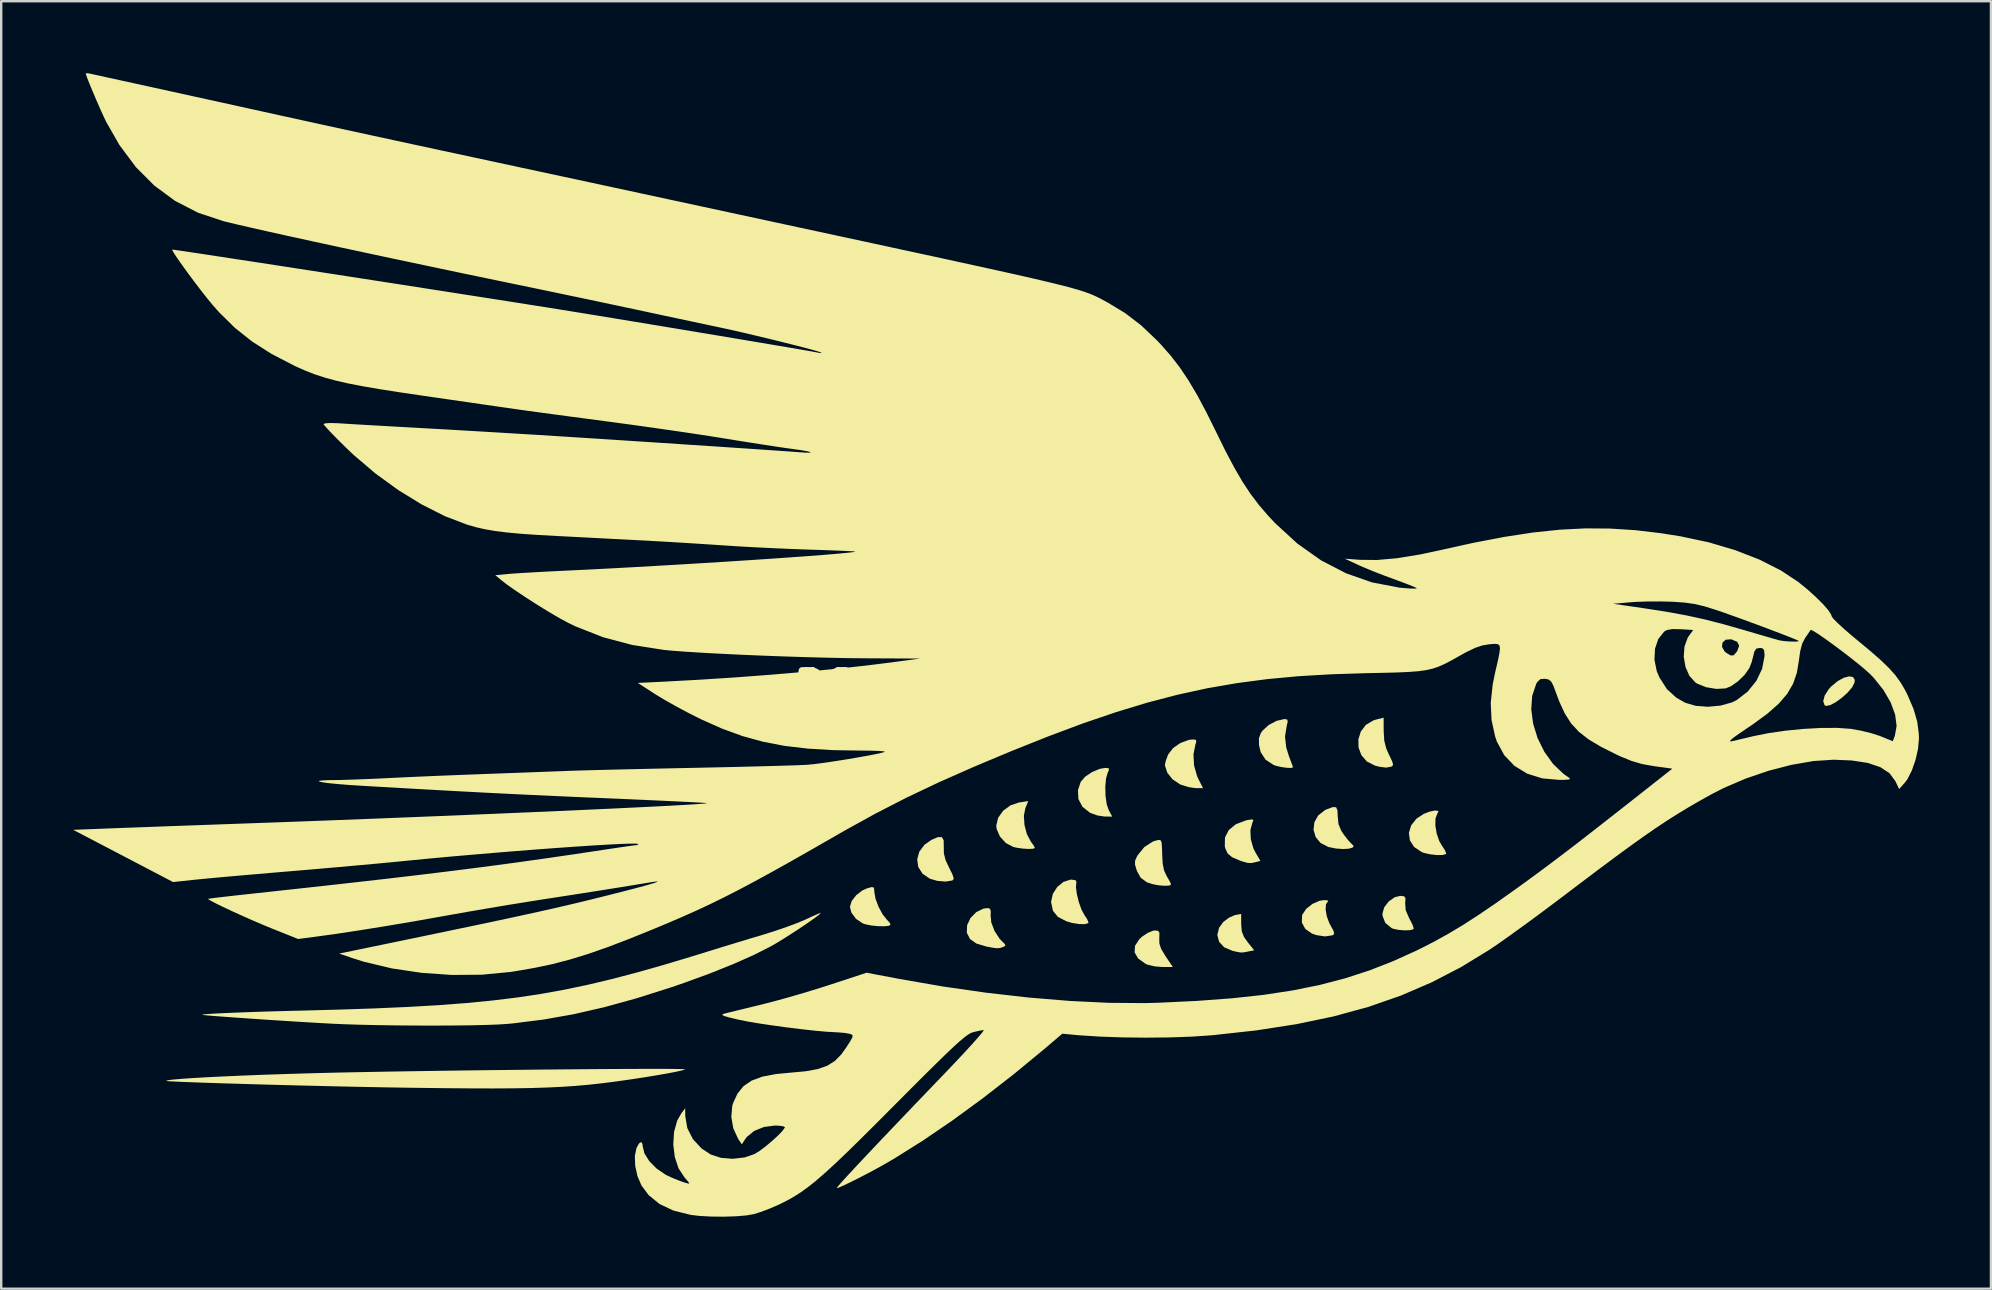
<source format=kicad_pcb>
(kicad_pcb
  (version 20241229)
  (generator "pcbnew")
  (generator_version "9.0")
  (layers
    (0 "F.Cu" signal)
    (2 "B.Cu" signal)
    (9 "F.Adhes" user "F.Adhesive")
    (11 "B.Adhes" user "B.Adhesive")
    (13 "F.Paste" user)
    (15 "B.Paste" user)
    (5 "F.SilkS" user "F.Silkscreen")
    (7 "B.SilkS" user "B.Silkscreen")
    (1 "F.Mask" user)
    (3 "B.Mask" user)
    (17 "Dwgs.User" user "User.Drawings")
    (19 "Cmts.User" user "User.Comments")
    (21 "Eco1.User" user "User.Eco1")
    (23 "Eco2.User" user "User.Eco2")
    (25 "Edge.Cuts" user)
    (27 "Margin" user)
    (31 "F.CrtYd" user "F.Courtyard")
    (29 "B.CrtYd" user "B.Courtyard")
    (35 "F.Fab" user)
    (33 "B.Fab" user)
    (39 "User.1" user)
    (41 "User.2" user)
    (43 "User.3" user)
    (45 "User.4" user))
  (footprint "peregrinelogo"
    (layer "F.Cu")
    (at 37.69 25.211)
    (property "Reference" "peregrinelogo" (at 0 0 0) (layer "F.SilkS") (effects (font (size 1.5 1.5) (thickness 0.3))))
    (attr board_only exclude_from_pos_files exclude_from_bom)
    (fp_poly (pts (xy 36.455 -0.057) (xy 36.526 0.064) (xy 36.514 0.177) (xy 36.413 0.374) (xy 36.226 0.592) (xy 35.988 0.806) (xy 35.736 0.988) (xy 35.505 1.111) (xy 35.329 1.147) (xy 35.271 1.122) (xy 35.211 0.952) (xy 35.271 0.715) (xy 35.439 0.451) (xy 35.545 0.334) (xy 35.809 0.115) (xy 36.068 -0.027) (xy 36.293 -0.086)) (stroke (width 0) (type solid)) (fill yes) (layer "F.SilkS"))
    (fp_poly (pts (xy 10.965 10.23) (xy 10.989 10.534) (xy 11.082 10.772) (xy 11.236 10.989) (xy 11.507 11.326) (xy 11.246 11.378) (xy 11.073 11.411) (xy 10.952 11.418) (xy 10.808 11.395) (xy 10.594 11.345) (xy 10.255 11.199) (xy 10.044 10.969) (xy 9.97 10.688) (xy 10.043 10.387) (xy 10.218 10.148) (xy 10.442 9.976) (xy 10.68 9.867) (xy 10.71 9.86) (xy 10.964 9.809)) (stroke (width 0) (type solid)) (fill yes) (layer "F.SilkS"))
    (fp_poly (pts (xy -1.504 6.611) (xy -1.429 6.741) (xy -1.425 7.006) (xy -1.42 7.295) (xy -1.349 7.57) (xy -1.2 7.889) (xy -1.067 8.157) (xy -1.014 8.314) (xy -1.034 8.395) (xy -1.073 8.418) (xy -1.349 8.463) (xy -1.688 8.435) (xy -2 8.345) (xy -2.311 8.135) (xy -2.488 7.855) (xy -2.532 7.539) (xy -2.445 7.219) (xy -2.227 6.928) (xy -1.944 6.729) (xy -1.669 6.611)) (stroke (width 0) (type solid)) (fill yes) (layer "F.SilkS"))
    (fp_poly (pts (xy 16.901 2.194) (xy 16.925 2.594) (xy 17.008 2.922) (xy 17.127 3.188) (xy 17.248 3.439) (xy 17.291 3.581) (xy 17.262 3.653) (xy 17.22 3.675) (xy 17.001 3.716) (xy 16.717 3.679) (xy 16.538 3.632) (xy 16.199 3.46) (xy 15.971 3.197) (xy 15.854 2.877) (xy 15.846 2.537) (xy 15.948 2.212) (xy 16.158 1.937) (xy 16.476 1.748) (xy 16.576 1.717) (xy 16.898 1.636)) (stroke (width 0) (type solid)) (fill yes) (layer "F.SilkS"))
    (fp_poly (pts (xy 5.449 3.743) (xy 5.451 3.828) (xy 5.41 3.911) (xy 5.336 4.161) (xy 5.304 4.511) (xy 5.314 4.893) (xy 5.364 5.243) (xy 5.444 5.482) (xy 5.592 5.757) (xy 5.273 5.754) (xy 4.971 5.708) (xy 4.678 5.604) (xy 4.667 5.598) (xy 4.353 5.348) (xy 4.183 5.023) (xy 4.165 4.652) (xy 4.281 4.307) (xy 4.464 4.094) (xy 4.749 3.902) (xy 5.071 3.768) (xy 5.316 3.727)) (stroke (width 0) (type solid)) (fill yes) (layer "F.SilkS"))
    (fp_poly (pts (xy 7.506 10.515) (xy 7.559 10.595) (xy 7.554 10.79) (xy 7.552 10.818) (xy 7.556 11.044) (xy 7.63 11.266) (xy 7.796 11.546) (xy 7.819 11.58) (xy 8.117 12.023) (xy 7.678 12.022) (xy 7.366 11.996) (xy 7.082 11.931) (xy 6.985 11.891) (xy 6.674 11.67) (xy 6.525 11.415) (xy 6.541 11.141) (xy 6.722 10.863) (xy 6.835 10.759) (xy 7.069 10.602) (xy 7.292 10.51) (xy 7.366 10.499)) (stroke (width 0) (type solid)) (fill yes) (layer "F.SilkS"))
    (fp_poly (pts (xy 11.474 5.905) (xy 11.432 6.007) (xy 11.349 6.314) (xy 11.364 6.689) (xy 11.47 7.071) (xy 11.555 7.243) (xy 11.765 7.601) (xy 11.576 7.652) (xy 11.393 7.691) (xy 11.237 7.686) (xy 11.032 7.63) (xy 10.9 7.584) (xy 10.587 7.448) (xy 10.401 7.294) (xy 10.303 7.082) (xy 10.282 6.987) (xy 10.29 6.625) (xy 10.45 6.314) (xy 10.746 6.072) (xy 11.165 5.914) (xy 11.242 5.898) (xy 11.423 5.872)) (stroke (width 0) (type solid)) (fill yes) (layer "F.SilkS"))
    (fp_poly (pts (xy 17.748 9.074) (xy 17.807 9.151) (xy 17.798 9.342) (xy 17.796 9.354) (xy 17.817 9.652) (xy 17.96 9.985) (xy 17.98 10.02) (xy 18.094 10.241) (xy 18.148 10.4) (xy 18.144 10.445) (xy 18.014 10.486) (xy 17.786 10.496) (xy 17.527 10.476) (xy 17.305 10.431) (xy 17.23 10.401) (xy 16.967 10.183) (xy 16.854 9.895) (xy 16.849 9.799) (xy 16.923 9.535) (xy 17.111 9.29) (xy 17.362 9.115) (xy 17.587 9.059)) (stroke (width 0) (type solid)) (fill yes) (layer "F.SilkS"))
    (fp_poly (pts (xy -4.338 8.714) (xy -4.318 8.836) (xy -4.318 8.899) (xy -4.269 9.176) (xy -4.144 9.509) (xy -3.976 9.823) (xy -3.805 10.038) (xy -3.681 10.174) (xy -3.641 10.258) (xy -3.716 10.305) (xy -3.908 10.325) (xy -4.167 10.32) (xy -4.444 10.292) (xy -4.688 10.244) (xy -4.794 10.208) (xy -5.082 10.016) (xy -5.274 9.757) (xy -5.334 9.513) (xy -5.261 9.274) (xy -5.073 9.031) (xy -4.814 8.831) (xy -4.62 8.745) (xy -4.422 8.691)) (stroke (width 0) (type solid)) (fill yes) (layer "F.SilkS"))
    (fp_poly (pts (xy 0.507 9.599) (xy 0.536 9.722) (xy 0.525 9.852) (xy 0.555 10.167) (xy 0.689 10.519) (xy 0.897 10.84) (xy 1.013 10.961) (xy 1.133 11.082) (xy 1.13 11.145) (xy 1.043 11.188) (xy 0.919 11.23) (xy 0.796 11.241) (xy 0.617 11.219) (xy 0.349 11.169) (xy -0.064 11.045) (xy -0.329 10.86) (xy -0.461 10.603) (xy -0.464 10.592) (xy -0.453 10.28) (xy -0.311 9.981) (xy -0.074 9.738) (xy 0.224 9.591) (xy 0.402 9.567)) (stroke (width 0) (type solid)) (fill yes) (layer "F.SilkS"))
    (fp_poly (pts (xy 1.975 5.399) (xy 1.912 5.719) (xy 1.937 6.106) (xy 2.038 6.489) (xy 2.203 6.799) (xy 2.206 6.803) (xy 2.321 6.963) (xy 2.371 7.061) (xy 2.371 7.062) (xy 2.296 7.096) (xy 2.108 7.104) (xy 1.86 7.089) (xy 1.606 7.052) (xy 1.468 7.019) (xy 1.161 6.856) (xy 0.917 6.591) (xy 0.779 6.276) (xy 0.762 6.131) (xy 0.841 5.804) (xy 1.051 5.51) (xy 1.358 5.285) (xy 1.709 5.169) (xy 2.095 5.11)) (stroke (width 0) (type solid)) (fill yes) (layer "F.SilkS"))
    (fp_poly (pts (xy 9.08 2.56) (xy 9.093 2.65) (xy 9.057 2.757) (xy 8.977 3.164) (xy 9.002 3.626) (xy 9.127 4.071) (xy 9.175 4.177) (xy 9.375 4.572) (xy 9.069 4.57) (xy 8.794 4.532) (xy 8.487 4.44) (xy 8.409 4.407) (xy 8.107 4.205) (xy 7.888 3.931) (xy 7.791 3.636) (xy 7.789 3.594) (xy 7.824 3.429) (xy 7.91 3.201) (xy 7.931 3.156) (xy 8.13 2.901) (xy 8.433 2.69) (xy 8.776 2.563) (xy 8.951 2.542)) (stroke (width 0) (type solid)) (fill yes) (layer "F.SilkS"))
    (fp_poly (pts (xy 14.576 9.251) (xy 14.593 9.28) (xy 14.584 9.285) (xy 14.498 9.402) (xy 14.482 9.624) (xy 14.529 9.904) (xy 14.636 10.195) (xy 14.688 10.292) (xy 14.808 10.511) (xy 14.84 10.63) (xy 14.793 10.69) (xy 14.766 10.702) (xy 14.454 10.748) (xy 14.086 10.691) (xy 13.907 10.626) (xy 13.635 10.435) (xy 13.493 10.172) (xy 13.501 9.875) (xy 13.511 9.842) (xy 13.671 9.6) (xy 13.935 9.392) (xy 14.239 9.26) (xy 14.427 9.235)) (stroke (width 0) (type solid)) (fill yes) (layer "F.SilkS"))
    (fp_poly (pts (xy 12.883 1.713) (xy 12.903 1.804) (xy 12.863 1.968) (xy 12.79 2.422) (xy 12.842 2.883) (xy 12.954 3.238) (xy 13.046 3.484) (xy 13.108 3.654) (xy 13.123 3.704) (xy 13.051 3.73) (xy 12.872 3.724) (xy 12.644 3.693) (xy 12.426 3.644) (xy 12.319 3.607) (xy 11.977 3.383) (xy 11.775 3.068) (xy 11.708 2.776) (xy 11.703 2.494) (xy 11.782 2.28) (xy 11.859 2.17) (xy 12.115 1.939) (xy 12.44 1.767) (xy 12.756 1.694) (xy 12.776 1.693)) (stroke (width 0) (type solid)) (fill yes) (layer "F.SilkS"))
    (fp_poly (pts (xy 14.919 5.367) (xy 14.975 5.496) (xy 14.986 5.745) (xy 15.019 6.075) (xy 15.139 6.357) (xy 15.234 6.498) (xy 15.396 6.709) (xy 15.529 6.859) (xy 15.573 6.897) (xy 15.654 6.986) (xy 15.597 7.053) (xy 15.434 7.095) (xy 15.197 7.107) (xy 14.916 7.086) (xy 14.623 7.028) (xy 14.589 7.019) (xy 14.268 6.853) (xy 14.064 6.602) (xy 13.979 6.303) (xy 14.015 5.992) (xy 14.172 5.708) (xy 14.454 5.487) (xy 14.529 5.452) (xy 14.782 5.36)) (stroke (width 0) (type solid)) (fill yes) (layer "F.SilkS"))
    (fp_poly (pts (xy 4.065 8.405) (xy 4.104 8.481) (xy 4.098 8.501) (xy 4.081 8.7) (xy 4.121 8.994) (xy 4.203 9.325) (xy 4.314 9.633) (xy 4.437 9.861) (xy 4.441 9.866) (xy 4.559 10.048) (xy 4.603 10.172) (xy 4.597 10.192) (xy 4.454 10.237) (xy 4.207 10.232) (xy 3.909 10.183) (xy 3.683 10.117) (xy 3.329 9.934) (xy 3.122 9.679) (xy 3.049 9.334) (xy 3.048 9.295) (xy 3.118 8.976) (xy 3.303 8.688) (xy 3.561 8.476) (xy 3.852 8.383) (xy 3.884 8.382)) (stroke (width 0) (type solid)) (fill yes) (layer "F.SilkS"))
    (fp_poly (pts (xy 19.18 5.521) (xy 19.162 5.596) (xy 19.135 5.63) (xy 19.059 5.832) (xy 19.053 6.128) (xy 19.108 6.461) (xy 19.216 6.776) (xy 19.328 6.968) (xy 19.452 7.157) (xy 19.504 7.288) (xy 19.498 7.313) (xy 19.364 7.355) (xy 19.127 7.359) (xy 18.848 7.329) (xy 18.587 7.271) (xy 18.485 7.234) (xy 18.17 7.023) (xy 17.993 6.747) (xy 17.951 6.437) (xy 18.043 6.125) (xy 18.267 5.842) (xy 18.574 5.641) (xy 18.818 5.548) (xy 19.032 5.504) (xy 19.052 5.503)) (stroke (width 0) (type solid)) (fill yes) (layer "F.SilkS"))
    (fp_poly (pts (xy 7.623 6.756) (xy 7.655 6.866) (xy 7.668 7.09) (xy 7.673 7.321) (xy 7.694 7.716) (xy 7.752 7.999) (xy 7.857 8.227) (xy 7.863 8.237) (xy 7.977 8.433) (xy 8.039 8.565) (xy 8.043 8.582) (xy 7.97 8.629) (xy 7.783 8.639) (xy 7.535 8.619) (xy 7.276 8.571) (xy 7.058 8.502) (xy 7.027 8.488) (xy 6.779 8.304) (xy 6.621 8.021) (xy 6.611 7.991) (xy 6.542 7.756) (xy 6.545 7.591) (xy 6.627 7.41) (xy 6.653 7.365) (xy 6.932 7.023) (xy 7.283 6.797) (xy 7.451 6.743) (xy 7.559 6.726)) (stroke (width 0) (type solid)) (fill yes) (layer "F.SilkS"))
    (fp_poly (pts (xy -12.816 16.267) (xy -12.463 16.272) (xy -12.253 16.278) (xy -12.198 16.286) (xy -12.302 16.323) (xy -12.547 16.379) (xy -12.907 16.449) (xy -13.355 16.528) (xy -13.865 16.612) (xy -14.411 16.696) (xy -14.966 16.775) (xy -15.155 16.801) (xy -15.701 16.87) (xy -16.237 16.928) (xy -16.781 16.976) (xy -17.35 17.014) (xy -17.962 17.043) (xy -18.633 17.064) (xy -19.382 17.076) (xy -20.225 17.081) (xy -21.179 17.078) (xy -22.262 17.069) (xy -23.491 17.054) (xy -23.961 17.047) (xy -24.689 17.035) (xy -25.479 17.02) (xy -26.314 17.003) (xy -27.177 16.983) (xy -28.051 16.962) (xy -28.921 16.94) (xy -29.77 16.917) (xy -30.581 16.894) (xy -31.339 16.871) (xy -32.025 16.849) (xy -32.625 16.828) (xy -33.121 16.809) (xy -33.497 16.792) (xy -33.736 16.778) (xy -33.823 16.766) (xy -33.755 16.741) (xy -33.534 16.712) (xy -33.172 16.68) (xy -32.686 16.647) (xy -32.09 16.613) (xy -31.399 16.579) (xy -30.627 16.545) (xy -29.79 16.512) (xy -28.903 16.482) (xy -27.979 16.454) (xy -27.035 16.429) (xy -26.827 16.424) (xy -26.038 16.407) (xy -25.174 16.391) (xy -24.248 16.374) (xy -23.274 16.359) (xy -22.265 16.344) (xy -21.236 16.33) (xy -20.199 16.317) (xy -19.17 16.306) (xy -18.16 16.295) (xy -17.185 16.286) (xy -16.258 16.278) (xy -15.392 16.272) (xy -14.601 16.268) (xy -13.899 16.266) (xy -13.299 16.265)) (stroke (width 0) (type solid)) (fill yes) (layer "F.SilkS"))
    (fp_poly (pts (xy -6.597 9.824) (xy -6.763 9.953) (xy -7.017 10.133) (xy -7.329 10.346) (xy -7.671 10.572) (xy -8.016 10.793) (xy -8.335 10.991) (xy -8.599 11.144) (xy -8.616 11.154) (xy -9.334 11.518) (xy -10.194 11.9) (xy -11.171 12.292) (xy -12.241 12.683) (xy -12.777 12.867) (xy -14.222 13.325) (xy -15.564 13.696) (xy -16.84 13.988) (xy -18.086 14.209) (xy -19.339 14.367) (xy -19.6 14.392) (xy -19.98 14.417) (xy -20.501 14.436) (xy -21.136 14.451) (xy -21.859 14.459) (xy -22.642 14.463) (xy -23.457 14.461) (xy -24.278 14.454) (xy -25.077 14.442) (xy -25.826 14.425) (xy -26.498 14.402) (xy -26.839 14.387) (xy -27.318 14.361) (xy -27.87 14.329) (xy -28.47 14.293) (xy -29.097 14.253) (xy -29.727 14.212) (xy -30.338 14.17) (xy -30.907 14.13) (xy -31.41 14.094) (xy -31.825 14.062) (xy -32.129 14.036) (xy -32.299 14.018) (xy -32.327 14.012) (xy -32.26 13.997) (xy -32.042 13.978) (xy -31.69 13.957) (xy -31.221 13.935) (xy -30.655 13.912) (xy -30.007 13.889) (xy -29.296 13.867) (xy -28.54 13.847) (xy -28.279 13.841) (xy -26.621 13.797) (xy -25.115 13.746) (xy -23.74 13.685) (xy -22.479 13.612) (xy -21.312 13.524) (xy -20.221 13.417) (xy -19.187 13.291) (xy -18.192 13.141) (xy -17.217 12.965) (xy -16.243 12.76) (xy -15.251 12.524) (xy -14.223 12.254) (xy -13.141 11.948) (xy -11.985 11.602) (xy -11.303 11.391) (xy -10.74 11.217) (xy -10.1 11.021) (xy -9.465 10.829) (xy -8.947 10.674) (xy -8.462 10.522) (xy -7.975 10.355) (xy -7.538 10.193) (xy -7.205 10.054) (xy -7.171 10.038) (xy -6.885 9.905) (xy -6.667 9.809) (xy -6.554 9.767) (xy -6.546 9.767)) (stroke (width 0) (type solid)) (fill yes) (layer "F.SilkS"))
    (fp_poly (pts (xy -36.978 -25.191) (xy -36.85 -25.162) (xy -36.578 -25.103) (xy -36.185 -25.016) (xy -35.694 -24.909) (xy -35.126 -24.784) (xy -34.504 -24.648) (xy -34.29 -24.601) (xy -33.552 -24.439) (xy -32.696 -24.251) (xy -31.77 -24.048) (xy -30.821 -23.839) (xy -29.895 -23.635) (xy -29.042 -23.447) (xy -28.871 -23.41) (xy -28.132 -23.247) (xy -27.265 -23.057) (xy -26.306 -22.848) (xy -25.293 -22.628) (xy -24.263 -22.405) (xy -23.254 -22.187) (xy -22.302 -21.982) (xy -22.056 -21.929) (xy -21.066 -21.717) (xy -20.105 -21.51) (xy -19.156 -21.306) (xy -18.203 -21.101) (xy -17.229 -20.892) (xy -16.215 -20.674) (xy -15.147 -20.444) (xy -14.006 -20.198) (xy -12.776 -19.933) (xy -11.439 -19.645) (xy -9.979 -19.33) (xy -8.379 -18.985) (xy -7.535 -18.803) (xy -5.904 -18.452) (xy -4.43 -18.134) (xy -3.104 -17.847) (xy -1.917 -17.591) (xy -0.861 -17.361) (xy 0.072 -17.157) (xy 0.893 -16.976) (xy 1.608 -16.817) (xy 2.228 -16.676) (xy 2.76 -16.552) (xy 3.213 -16.443) (xy 3.596 -16.347) (xy 3.918 -16.261) (xy 4.187 -16.184) (xy 4.412 -16.113) (xy 4.602 -16.046) (xy 4.765 -15.981) (xy 4.91 -15.916) (xy 5.046 -15.85) (xy 5.181 -15.779) (xy 5.324 -15.701) (xy 5.404 -15.658) (xy 6.133 -15.217) (xy 6.804 -14.702) (xy 7.465 -14.073) (xy 7.608 -13.923) (xy 8.021 -13.454) (xy 8.402 -12.962) (xy 8.768 -12.417) (xy 9.137 -11.794) (xy 9.526 -11.064) (xy 9.916 -10.275) (xy 10.318 -9.46) (xy 10.68 -8.776) (xy 11.019 -8.194) (xy 11.355 -7.686) (xy 11.705 -7.223) (xy 12.088 -6.778) (xy 12.383 -6.463) (xy 13.311 -5.613) (xy 14.295 -4.917) (xy 15.332 -4.379) (xy 16.415 -4) (xy 17.541 -3.784) (xy 17.695 -3.768) (xy 17.99 -3.745) (xy 18.198 -3.74) (xy 18.282 -3.753) (xy 18.281 -3.758) (xy 18.186 -3.806) (xy 17.965 -3.896) (xy 17.651 -4.016) (xy 17.307 -4.142) (xy 16.868 -4.305) (xy 16.423 -4.48) (xy 16.033 -4.642) (xy 15.833 -4.731) (xy 15.282 -4.988) (xy 15.917 -4.94) (xy 16.625 -4.933) (xy 17.467 -5.008) (xy 18.428 -5.165) (xy 19.219 -5.334) (xy 20.643 -5.649) (xy 21.937 -5.897) (xy 23.129 -6.079) (xy 24.244 -6.196) (xy 25.308 -6.25) (xy 26.346 -6.242) (xy 27.386 -6.175) (xy 28.452 -6.049) (xy 29.26 -5.921) (xy 30.436 -5.671) (xy 31.543 -5.344) (xy 32.556 -4.949) (xy 33.451 -4.495) (xy 34.173 -4.017) (xy 34.543 -3.717) (xy 34.889 -3.406) (xy 35.187 -3.111) (xy 35.412 -2.854) (xy 35.54 -2.662) (xy 35.56 -2.592) (xy 35.623 -2.499) (xy 35.796 -2.322) (xy 36.058 -2.08) (xy 36.387 -1.795) (xy 36.639 -1.585) (xy 37.188 -1.13) (xy 37.621 -0.75) (xy 37.959 -0.422) (xy 38.223 -0.125) (xy 38.434 0.167) (xy 38.615 0.475) (xy 38.722 0.687) (xy 38.975 1.277) (xy 39.127 1.8) (xy 39.193 2.312) (xy 39.199 2.51) (xy 39.161 2.933) (xy 39.056 3.394) (xy 38.903 3.834) (xy 38.72 4.196) (xy 38.613 4.34) (xy 38.373 4.609) (xy 38.215 4.277) (xy 37.974 3.95) (xy 37.593 3.698) (xy 37.071 3.521) (xy 36.402 3.418) (xy 35.636 3.387) (xy 34.806 3.442) (xy 33.893 3.599) (xy 32.937 3.847) (xy 31.98 4.173) (xy 31.063 4.566) (xy 30.522 4.844) (xy 30.034 5.118) (xy 29.576 5.383) (xy 29.133 5.652) (xy 28.687 5.935) (xy 28.221 6.245) (xy 27.718 6.593) (xy 27.161 6.991) (xy 26.534 7.451) (xy 25.819 7.984) (xy 24.999 8.602) (xy 24.384 9.069) (xy 23.809 9.501) (xy 23.225 9.936) (xy 22.659 10.35) (xy 22.139 10.725) (xy 21.693 11.04) (xy 21.351 11.274) (xy 21.32 11.295) (xy 20.125 12.025) (xy 18.894 12.663) (xy 17.612 13.215) (xy 16.259 13.685) (xy 14.818 14.079) (xy 13.27 14.403) (xy 11.598 14.662) (xy 9.784 14.862) (xy 9.737 14.866) (xy 8.919 14.922) (xy 7.987 14.955) (xy 6.995 14.965) (xy 5.997 14.954) (xy 5.046 14.92) (xy 4.196 14.864) (xy 4.064 14.852) (xy 3.514 14.8) (xy 2.794 15.412) (xy 1.505 16.476) (xy 0.21 17.483) (xy -1.066 18.416) (xy -2.299 19.256) (xy -3.462 19.986) (xy -3.852 20.214) (xy -4.203 20.41) (xy -4.583 20.614) (xy -4.963 20.811) (xy -5.313 20.986) (xy -5.604 21.126) (xy -5.806 21.213) (xy -5.887 21.234) (xy -5.838 21.165) (xy -5.677 20.98) (xy -5.409 20.686) (xy -5.038 20.287) (xy -4.571 19.79) (xy -4.013 19.2) (xy -3.369 18.524) (xy -2.646 17.767) (xy -1.847 16.934) (xy -1.419 16.489) (xy -0.982 16.03) (xy -0.591 15.614) (xy -0.26 15.253) (xy -0.002 14.964) (xy 0.17 14.76) (xy 0.242 14.658) (xy 0.24 14.648) (xy 0.09 14.669) (xy -0.142 14.722) (xy -0.212 14.74) (xy -0.305 14.776) (xy -0.422 14.846) (xy -0.573 14.958) (xy -0.769 15.122) (xy -1.019 15.349) (xy -1.335 15.648) (xy -1.726 16.029) (xy -2.203 16.5) (xy -2.777 17.073) (xy -3.458 17.757) (xy -3.514 17.813) (xy -4.271 18.573) (xy -4.924 19.222) (xy -5.486 19.771) (xy -5.969 20.231) (xy -6.387 20.613) (xy -6.752 20.929) (xy -7.078 21.189) (xy -7.378 21.405) (xy -7.664 21.588) (xy -7.949 21.748) (xy -8.247 21.897) (xy -8.335 21.939) (xy -8.694 22.093) (xy -9.069 22.233) (xy -9.333 22.316) (xy -9.653 22.371) (xy -10.09 22.407) (xy -10.594 22.423) (xy -11.112 22.418) (xy -11.595 22.392) (xy -11.966 22.348) (xy -12.682 22.17) (xy -13.264 21.896) (xy -13.722 21.522) (xy -14.018 21.122) (xy -14.183 20.74) (xy -14.278 20.31) (xy -14.294 19.895) (xy -14.225 19.561) (xy -14.118 19.367) (xy -14.028 19.311) (xy -13.975 19.399) (xy -13.97 19.478) (xy -13.895 19.785) (xy -13.691 20.111) (xy -13.387 20.419) (xy -13.014 20.673) (xy -12.966 20.698) (xy -12.729 20.808) (xy -12.47 20.913) (xy -12.236 20.997) (xy -12.072 21.043) (xy -12.023 21.04) (xy -12.074 20.962) (xy -12.201 20.814) (xy -12.228 20.784) (xy -12.475 20.406) (xy -12.631 19.932) (xy -12.693 19.411) (xy -12.66 18.89) (xy -12.529 18.419) (xy -12.355 18.114) (xy -12.196 17.907) (xy -12.194 18.227) (xy -12.11 18.73) (xy -11.875 19.192) (xy -11.51 19.586) (xy -11.134 19.832) (xy -10.709 19.971) (xy -10.214 20.012) (xy -9.716 19.954) (xy -9.313 19.816) (xy -9.105 19.688) (xy -8.85 19.497) (xy -8.582 19.274) (xy -8.336 19.049) (xy -8.147 18.854) (xy -8.05 18.718) (xy -8.043 18.693) (xy -8.12 18.655) (xy -8.315 18.631) (xy -8.47 18.627) (xy -8.921 18.687) (xy -9.323 18.851) (xy -9.627 19.099) (xy -9.69 19.182) (xy -9.839 19.409) (xy -9.998 19.167) (xy -10.193 18.741) (xy -10.275 18.267) (xy -10.236 17.81) (xy -10.201 17.693) (xy -10.018 17.295) (xy -9.768 16.986) (xy -9.431 16.755) (xy -8.986 16.59) (xy -8.414 16.481) (xy -7.816 16.424) (xy -7.178 16.366) (xy -6.677 16.274) (xy -6.284 16.137) (xy -5.968 15.94) (xy -5.699 15.669) (xy -5.49 15.378) (xy -5.319 15.111) (xy -5.233 14.952) (xy -5.222 14.868) (xy -5.279 14.826) (xy -5.35 14.804) (xy -5.558 14.768) (xy -5.838 14.744) (xy -5.927 14.74) (xy -6.291 14.72) (xy -6.781 14.676) (xy -7.354 14.613) (xy -7.968 14.537) (xy -8.582 14.453) (xy -9.155 14.367) (xy -9.643 14.284) (xy -9.991 14.213) (xy -10.352 14.126) (xy -10.566 14.065) (xy -10.652 14.021) (xy -10.63 13.987) (xy -10.541 13.958) (xy -10.371 13.916) (xy -10.072 13.842) (xy -9.68 13.747) (xy -9.233 13.638) (xy -9.017 13.586) (xy -8.495 13.452) (xy -7.872 13.28) (xy -7.208 13.086) (xy -6.564 12.889) (xy -6.194 12.77) (xy -4.64 12.261) (xy -3.273 12.519) (xy -1.456 12.835) (xy 0.35 13.094) (xy 2.121 13.295) (xy 3.828 13.436) (xy 5.445 13.514) (xy 6.946 13.526) (xy 7.535 13.51) (xy 9.128 13.434) (xy 10.574 13.326) (xy 11.894 13.183) (xy 13.107 12.998) (xy 14.234 12.77) (xy 15.296 12.493) (xy 16.311 12.163) (xy 17.302 11.776) (xy 18.287 11.328) (xy 18.415 11.265) (xy 19.01 10.961) (xy 19.592 10.639) (xy 20.185 10.284) (xy 20.817 9.877) (xy 21.515 9.404) (xy 22.304 8.845) (xy 22.691 8.567) (xy 23.106 8.264) (xy 23.507 7.969) (xy 23.912 7.666) (xy 24.337 7.345) (xy 24.798 6.993) (xy 25.312 6.596) (xy 25.895 6.142) (xy 26.564 5.618) (xy 27.335 5.012) (xy 28.061 4.44) (xy 28.926 3.759) (xy 28.162 3.655) (xy 27.67 3.568) (xy 27.226 3.438) (xy 26.747 3.241) (xy 26.617 3.181) (xy 25.959 2.851) (xy 25.563 2.615) (xy 31.329 2.615) (xy 31.362 2.625) (xy 31.453 2.606) (xy 31.674 2.555) (xy 31.987 2.481) (xy 32.272 2.412) (xy 32.915 2.282) (xy 33.636 2.178) (xy 34.386 2.104) (xy 35.119 2.063) (xy 35.785 2.061) (xy 36.337 2.099) (xy 36.35 2.1) (xy 36.767 2.173) (xy 37.199 2.278) (xy 37.558 2.393) (xy 37.587 2.404) (xy 38.108 2.616) (xy 38.196 2.387) (xy 38.268 1.978) (xy 38.206 1.507) (xy 38.02 0.999) (xy 37.719 0.48) (xy 37.316 -0.024) (xy 37.175 -0.17) (xy 36.974 -0.353) (xy 36.695 -0.586) (xy 36.365 -0.849) (xy 36.009 -1.123) (xy 35.65 -1.391) (xy 35.315 -1.634) (xy 35.028 -1.832) (xy 34.814 -1.968) (xy 34.699 -2.023) (xy 34.686 -2.02) (xy 34.632 -1.938) (xy 34.516 -1.77) (xy 34.468 -1.702) (xy 34.337 -1.454) (xy 34.25 -1.125) (xy 34.2 -0.76) (xy 34.114 -0.24) (xy 33.956 0.221) (xy 33.709 0.644) (xy 33.357 1.054) (xy 32.883 1.471) (xy 32.271 1.919) (xy 32.11 2.027) (xy 31.736 2.28) (xy 31.491 2.454) (xy 31.36 2.562) (xy 31.329 2.615) (xy 25.563 2.615) (xy 25.439 2.541) (xy 25.031 2.223) (xy 24.708 1.873) (xy 24.446 1.463) (xy 24.218 0.968) (xy 24.078 0.593) (xy 23.968 0.298) (xy 23.877 0.129) (xy 23.777 0.048) (xy 23.638 0.017) (xy 23.631 0.016) (xy 23.429 0.029) (xy 23.298 0.151) (xy 23.254 0.229) (xy 23.087 0.726) (xy 23.048 1.289) (xy 23.126 1.885) (xy 23.311 2.484) (xy 23.592 3.054) (xy 23.957 3.563) (xy 24.396 3.981) (xy 24.601 4.123) (xy 24.666 4.177) (xy 24.623 4.209) (xy 24.45 4.224) (xy 24.228 4.228) (xy 23.511 4.165) (xy 22.88 3.968) (xy 22.347 3.642) (xy 21.923 3.197) (xy 21.619 2.639) (xy 21.544 2.42) (xy 21.394 1.732) (xy 21.36 1.022) (xy 21.442 0.251) (xy 21.539 -0.227) (xy 21.65 -0.704) (xy 21.666 -0.779) (xy 28.18 -0.779) (xy 28.275 -0.307) (xy 28.387 -0.04) (xy 28.699 0.445) (xy 29.092 0.804) (xy 29.464 1.014) (xy 29.899 1.143) (xy 30.41 1.181) (xy 30.935 1.132) (xy 31.408 1) (xy 31.603 0.905) (xy 32.061 0.553) (xy 32.423 0.106) (xy 32.665 -0.398) (xy 32.765 -0.923) (xy 32.766 -0.989) (xy 32.748 -1.183) (xy 32.668 -1.26) (xy 32.564 -1.27) (xy 32.421 -1.239) (xy 32.341 -1.116) (xy 32.302 -0.955) (xy 32.231 -0.68) (xy 32.137 -0.439) (xy 32.131 -0.426) (xy 31.931 -0.143) (xy 31.656 0.124) (xy 31.363 0.328) (xy 31.144 0.416) (xy 30.753 0.437) (xy 30.332 0.366) (xy 29.965 0.219) (xy 29.888 0.17) (xy 29.637 -0.104) (xy 29.473 -0.478) (xy 29.401 -0.901) (xy 29.429 -1.315) (xy 30.995 -1.315) (xy 31.1 -1.127) (xy 31.176 -1.063) (xy 31.363 -0.953) (xy 31.486 -0.966) (xy 31.61 -1.112) (xy 31.631 -1.143) (xy 31.709 -1.361) (xy 31.629 -1.524) (xy 31.394 -1.624) (xy 31.371 -1.629) (xy 31.146 -1.613) (xy 31.015 -1.492) (xy 30.995 -1.315) (xy 29.429 -1.315) (xy 29.43 -1.323) (xy 29.565 -1.695) (xy 29.621 -1.779) (xy 29.797 -2.017) (xy 29.271 -2.05) (xy 28.924 -2.055) (xy 28.7 -2.016) (xy 28.587 -1.952) (xy 28.34 -1.641) (xy 28.203 -1.237) (xy 28.18 -0.779) (xy 21.666 -0.779) (xy 21.72 -1.039) (xy 21.746 -1.256) (xy 21.722 -1.379) (xy 21.643 -1.432) (xy 21.506 -1.439) (xy 21.304 -1.423) (xy 21.303 -1.422) (xy 21.018 -1.376) (xy 20.715 -1.274) (xy 20.35 -1.099) (xy 20.097 -0.96) (xy 19.759 -0.77) (xy 19.473 -0.618) (xy 19.213 -0.5) (xy 18.955 -0.411) (xy 18.673 -0.346) (xy 18.343 -0.3) (xy 17.939 -0.269) (xy 17.438 -0.247) (xy 16.812 -0.231) (xy 16.171 -0.218) (xy 14.722 -0.172) (xy 13.356 -0.092) (xy 12.053 0.029) (xy 10.792 0.195) (xy 9.552 0.41) (xy 8.312 0.68) (xy 7.052 1.01) (xy 5.75 1.405) (xy 4.387 1.869) (xy 2.941 2.409) (xy 1.391 3.028) (xy -0.169 3.682) (xy -1.627 4.326) (xy -2.977 4.967) (xy -4.276 5.634) (xy -5.581 6.355) (xy -5.814 6.489) (xy -6.854 7.086) (xy -7.769 7.607) (xy -8.58 8.06) (xy -9.306 8.457) (xy -9.967 8.808) (xy -10.584 9.123) (xy -11.177 9.413) (xy -11.766 9.687) (xy -12.371 9.956) (xy -13.013 10.231) (xy -13.547 10.454) (xy -14.559 10.863) (xy -15.453 11.204) (xy -16.259 11.484) (xy -17.009 11.714) (xy -17.733 11.902) (xy -18.463 12.057) (xy -19.23 12.19) (xy -19.484 12.229) (xy -20.667 12.343) (xy -21.915 12.353) (xy -23.179 12.265) (xy -24.413 12.081) (xy -25.569 11.806) (xy -26.026 11.662) (xy -26.61 11.463) (xy -24.502 11.027) (xy -23.238 10.765) (xy -22.123 10.533) (xy -21.143 10.329) (xy -20.282 10.147) (xy -19.523 9.986) (xy -18.85 9.84) (xy -18.249 9.708) (xy -17.703 9.585) (xy -17.195 9.468) (xy -16.712 9.354) (xy -16.235 9.239) (xy -15.751 9.119) (xy -15.621 9.087) (xy -14.859 8.894) (xy -14.248 8.736) (xy -13.792 8.613) (xy -13.491 8.525) (xy -13.349 8.473) (xy -13.368 8.458) (xy -13.548 8.48) (xy -13.589 8.486) (xy -13.768 8.515) (xy -14.073 8.565) (xy -14.462 8.629) (xy -14.896 8.699) (xy -14.944 8.707) (xy -15.362 8.774) (xy -15.905 8.86) (xy -16.528 8.958) (xy -17.189 9.061) (xy -17.843 9.162) (xy -18.034 9.191) (xy -18.745 9.303) (xy -19.559 9.435) (xy -20.415 9.578) (xy -21.249 9.721) (xy -21.999 9.854) (xy -22.098 9.872) (xy -23.382 10.1) (xy -24.603 10.307) (xy -25.735 10.49) (xy -26.752 10.644) (xy -27.559 10.755) (xy -28.321 10.855) (xy -29.379 10.432) (xy -29.774 10.27) (xy -30.205 10.085) (xy -30.645 9.89) (xy -31.069 9.697) (xy -31.45 9.518) (xy -31.761 9.366) (xy -31.976 9.252) (xy -32.069 9.19) (xy -32.069 9.183) (xy -31.982 9.168) (xy -31.752 9.138) (xy -31.405 9.097) (xy -30.966 9.047) (xy -30.461 8.991) (xy -30.353 8.98) (xy -28.672 8.797) (xy -27.14 8.629) (xy -25.74 8.472) (xy -24.453 8.325) (xy -23.259 8.184) (xy -22.142 8.048) (xy -21.081 7.914) (xy -20.059 7.781) (xy -19.056 7.645) (xy -18.055 7.504) (xy -17.036 7.356) (xy -15.981 7.199) (xy -15.423 7.114) (xy -15 7.051) (xy -14.635 6.998) (xy -14.362 6.961) (xy -14.215 6.943) (xy -14.202 6.943) (xy -14.148 6.911) (xy -14.158 6.895) (xy -14.261 6.882) (xy -14.517 6.883) (xy -14.91 6.897) (xy -15.424 6.923) (xy -16.044 6.96) (xy -16.754 7.007) (xy -17.539 7.062) (xy -18.382 7.125) (xy -19.269 7.194) (xy -20.182 7.269) (xy -21.107 7.347) (xy -22.028 7.428) (xy -22.929 7.511) (xy -23.794 7.595) (xy -24.045 7.62) (xy -24.54 7.668) (xy -25.168 7.727) (xy -25.895 7.793) (xy -26.685 7.864) (xy -27.503 7.935) (xy -28.314 8.005) (xy -28.744 8.041) (xy -29.49 8.104) (xy -30.22 8.167) (xy -30.908 8.227) (xy -31.527 8.282) (xy -32.051 8.33) (xy -32.454 8.369) (xy -32.661 8.39) (xy -33.53 8.483) (xy -35.61 7.395) (xy -37.69 6.308) (xy -36.138 6.247) (xy -35.709 6.231) (xy -35.14 6.21) (xy -34.457 6.185) (xy -33.688 6.156) (xy -32.862 6.127) (xy -32.007 6.096) (xy -31.151 6.065) (xy -30.861 6.055) (xy -29.488 6.006) (xy -28.096 5.955) (xy -26.695 5.902) (xy -25.295 5.848) (xy -23.906 5.793) (xy -22.538 5.738) (xy -21.202 5.683) (xy -19.908 5.629) (xy -18.665 5.576) (xy -17.484 5.524) (xy -16.375 5.475) (xy -15.349 5.428) (xy -14.414 5.383) (xy -13.582 5.342) (xy -12.862 5.305) (xy -12.265 5.272) (xy -11.801 5.244) (xy -11.479 5.22) (xy -11.311 5.202) (xy -11.287 5.195) (xy -11.374 5.186) (xy -11.614 5.171) (xy -11.99 5.151) (xy -12.487 5.127) (xy -13.086 5.098) (xy -13.773 5.067) (xy -14.531 5.033) (xy -15.343 4.998) (xy -15.414 4.995) (xy -16.547 4.947) (xy -17.587 4.901) (xy -18.566 4.856) (xy -19.513 4.81) (xy -20.459 4.763) (xy -21.435 4.711) (xy -22.471 4.655) (xy -23.598 4.592) (xy -24.847 4.52) (xy -25.612 4.476) (xy -26.214 4.437) (xy -26.708 4.397) (xy -27.085 4.359) (xy -27.338 4.322) (xy -27.458 4.29) (xy -27.436 4.264) (xy -27.264 4.246) (xy -26.933 4.236) (xy -26.839 4.235) (xy -26.512 4.23) (xy -26.06 4.216) (xy -25.53 4.196) (xy -24.966 4.172) (xy -24.553 4.151) (xy -24.026 4.126) (xy -23.373 4.096) (xy -22.64 4.064) (xy -21.87 4.033) (xy -21.107 4.003) (xy -20.574 3.983) (xy -19.881 3.958) (xy -19.18 3.932) (xy -18.508 3.907) (xy -17.901 3.884) (xy -17.394 3.865) (xy -17.06 3.852) (xy -16.749 3.842) (xy -16.291 3.828) (xy -15.709 3.813) (xy -15.025 3.796) (xy -14.261 3.778) (xy -13.44 3.76) (xy -12.584 3.741) (xy -11.811 3.725) (xy -10.966 3.707) (xy -10.154 3.689) (xy -9.395 3.67) (xy -8.708 3.652) (xy -8.113 3.635) (xy -7.628 3.62) (xy -7.274 3.606) (xy -7.07 3.595) (xy -7.07 3.595) (xy -6.791 3.566) (xy -6.419 3.517) (xy -5.985 3.453) (xy -5.521 3.38) (xy -5.06 3.302) (xy -4.634 3.226) (xy -4.275 3.157) (xy -4.014 3.1) (xy -3.884 3.061) (xy -3.878 3.057) (xy -3.933 3.037) (xy -4.127 3.021) (xy -4.43 3.011) (xy -4.811 3.007) (xy -4.82 3.007) (xy -6.025 2.988) (xy -7.095 2.924) (xy -8.062 2.81) (xy -8.955 2.638) (xy -9.805 2.403) (xy -10.643 2.099) (xy -11.499 1.719) (xy -11.642 1.65) (xy -12.117 1.409) (xy -12.612 1.143) (xy -13.07 0.884) (xy -13.435 0.663) (xy -13.456 0.65) (xy -14.169 0.188) (xy -13.075 0.135) (xy -11.627 0.056) (xy -10.153 -0.039) (xy -8.686 -0.149) (xy -7.259 -0.27) (xy -5.904 -0.4) (xy -4.655 -0.536) (xy -3.598 -0.668) (xy -2.413 -0.827) (xy -4.657 -0.838) (xy -5.39 -0.845) (xy -6.209 -0.861) (xy -7.089 -0.884) (xy -8.002 -0.913) (xy -8.923 -0.947) (xy -9.826 -0.985) (xy -10.685 -1.026) (xy -11.473 -1.068) (xy -12.165 -1.112) (xy -12.734 -1.154) (xy -13.081 -1.187) (xy -14.399 -1.393) (xy -15.616 -1.716) (xy -16.757 -2.164) (xy -17.06 -2.309) (xy -17.411 -2.498) (xy -17.844 -2.751) (xy -18.321 -3.044) (xy -18.424 -3.109) (xy 26.458 -3.109) (xy 27.813 -2.912) (xy 28.706 -2.773) (xy 29.5 -2.627) (xy 30.257 -2.462) (xy 31.04 -2.262) (xy 31.911 -2.014) (xy 32.004 -1.987) (xy 32.447 -1.856) (xy 32.842 -1.741) (xy 33.156 -1.65) (xy 33.357 -1.594) (xy 33.401 -1.583) (xy 33.576 -1.556) (xy 33.799 -1.539) (xy 34.013 -1.533) (xy 34.163 -1.54) (xy 34.198 -1.558) (xy 34.103 -1.605) (xy 33.876 -1.698) (xy 33.545 -1.828) (xy 33.137 -1.984) (xy 32.68 -2.156) (xy 32.201 -2.333) (xy 31.728 -2.506) (xy 31.288 -2.664) (xy 30.91 -2.797) (xy 30.734 -2.856) (xy 30.253 -3.006) (xy 29.843 -3.102) (xy 29.427 -3.16) (xy 28.925 -3.194) (xy 28.898 -3.195) (xy 28.411 -3.207) (xy 27.889 -3.205) (xy 27.413 -3.188) (xy 27.204 -3.174) (xy 26.458 -3.109) (xy -18.424 -3.109) (xy -18.802 -3.351) (xy -19.248 -3.648) (xy -19.62 -3.909) (xy -19.853 -4.089) (xy -20.106 -4.3) (xy -19.557 -4.352) (xy -19.306 -4.371) (xy -18.921 -4.396) (xy -18.435 -4.424) (xy -17.885 -4.454) (xy -17.303 -4.483) (xy -17.145 -4.49) (xy -16.272 -4.532) (xy -15.346 -4.58) (xy -14.383 -4.632) (xy -13.398 -4.688) (xy -12.404 -4.746) (xy -11.416 -4.806) (xy -10.449 -4.866) (xy -9.518 -4.926) (xy -8.637 -4.985) (xy -7.821 -5.042) (xy -7.085 -5.095) (xy -6.442 -5.144) (xy -5.909 -5.189) (xy -5.499 -5.227) (xy -5.226 -5.257) (xy -5.107 -5.28) (xy -5.103 -5.283) (xy -5.177 -5.292) (xy -5.396 -5.305) (xy -5.737 -5.32) (xy -6.176 -5.337) (xy -6.691 -5.355) (xy -6.963 -5.363) (xy -7.667 -5.388) (xy -8.46 -5.422) (xy -9.274 -5.462) (xy -10.043 -5.505) (xy -10.626 -5.543) (xy -11.317 -5.589) (xy -12.101 -5.639) (xy -12.907 -5.688) (xy -13.664 -5.731) (xy -14.139 -5.757) (xy -14.819 -5.792) (xy -15.584 -5.831) (xy -16.367 -5.872) (xy -17.098 -5.91) (xy -17.526 -5.932) (xy -18.365 -5.979) (xy -19.06 -6.027) (xy -19.638 -6.081) (xy -20.123 -6.142) (xy -20.542 -6.214) (xy -20.919 -6.301) (xy -21.278 -6.404) (xy -22.202 -6.757) (xy -23.168 -7.244) (xy -24.144 -7.843) (xy -25.098 -8.535) (xy -25.997 -9.3) (xy -26.261 -9.549) (xy -26.595 -9.878) (xy -26.883 -10.169) (xy -27.102 -10.401) (xy -27.234 -10.551) (xy -27.263 -10.597) (xy -27.185 -10.627) (xy -26.979 -10.639) (xy -26.686 -10.631) (xy -26.607 -10.627) (xy -26.344 -10.61) (xy -25.942 -10.585) (xy -25.433 -10.555) (xy -24.845 -10.522) (xy -24.211 -10.486) (xy -23.622 -10.453) (xy -22 -10.362) (xy -20.27 -10.26) (xy -18.496 -10.153) (xy -16.738 -10.042) (xy -15.917 -9.99) (xy -14.581 -9.902) (xy -13.329 -9.821) (xy -12.172 -9.744) (xy -11.119 -9.675) (xy -10.18 -9.612) (xy -9.364 -9.557) (xy -8.68 -9.51) (xy -8.138 -9.473) (xy -7.747 -9.445) (xy -7.535 -9.428) (xy -7.186 -9.405) (xy -6.998 -9.404) (xy -6.966 -9.423) (xy -7.086 -9.458) (xy -7.351 -9.506) (xy -7.747 -9.561) (xy -8.054 -9.604) (xy -8.492 -9.669) (xy -9.026 -9.751) (xy -9.621 -9.844) (xy -10.24 -9.944) (xy -10.541 -9.993) (xy -11.15 -10.09) (xy -11.886 -10.202) (xy -12.706 -10.323) (xy -13.57 -10.447) (xy -14.435 -10.568) (xy -15.261 -10.68) (xy -15.494 -10.711) (xy -16.225 -10.808) (xy -16.943 -10.903) (xy -17.621 -10.994) (xy -18.231 -11.076) (xy -18.745 -11.146) (xy -19.136 -11.2) (xy -19.304 -11.224) (xy -19.605 -11.268) (xy -20.045 -11.331) (xy -20.599 -11.411) (xy -21.237 -11.504) (xy -21.933 -11.604) (xy -22.658 -11.709) (xy -23.114 -11.775) (xy -24.097 -11.92) (xy -24.931 -12.051) (xy -25.639 -12.172) (xy -26.241 -12.289) (xy -26.757 -12.407) (xy -27.207 -12.53) (xy -27.614 -12.662) (xy -27.996 -12.81) (xy -28.375 -12.977) (xy -28.49 -13.031) (xy -29.43 -13.519) (xy -30.238 -14.034) (xy -30.954 -14.603) (xy -31.616 -15.256) (xy -31.885 -15.561) (xy -32.102 -15.824) (xy -32.353 -16.142) (xy -32.62 -16.493) (xy -32.886 -16.849) (xy -33.131 -17.187) (xy -33.338 -17.481) (xy -33.488 -17.707) (xy -33.564 -17.84) (xy -33.566 -17.865) (xy -33.464 -17.852) (xy -33.208 -17.815) (xy -32.813 -17.756) (xy -32.29 -17.678) (xy -31.656 -17.581) (xy -30.922 -17.469) (xy -30.102 -17.344) (xy -29.211 -17.207) (xy -28.262 -17.06) (xy -27.268 -16.907) (xy -26.243 -16.748) (xy -25.201 -16.587) (xy -24.155 -16.425) (xy -23.12 -16.263) (xy -22.108 -16.106) (xy -21.133 -15.953) (xy -20.209 -15.809) (xy -19.35 -15.674) (xy -18.569 -15.551) (xy -17.879 -15.442) (xy -17.296 -15.348) (xy -16.849 -15.276) (xy -16.055 -15.147) (xy -15.208 -15.008) (xy -14.324 -14.862) (xy -13.419 -14.713) (xy -12.509 -14.562) (xy -11.611 -14.412) (xy -10.74 -14.267) (xy -9.913 -14.128) (xy -9.144 -13.999) (xy -8.452 -13.882) (xy -7.851 -13.78) (xy -7.357 -13.695) (xy -6.988 -13.631) (xy -6.758 -13.589) (xy -6.689 -13.575) (xy -6.548 -13.551) (xy -6.519 -13.569) (xy -6.616 -13.607) (xy -6.853 -13.677) (xy -7.206 -13.772) (xy -7.649 -13.886) (xy -8.158 -14.014) (xy -8.707 -14.149) (xy -9.274 -14.284) (xy -9.831 -14.415) (xy -10.355 -14.534) (xy -10.821 -14.635) (xy -10.848 -14.641) (xy -11.282 -14.732) (xy -11.841 -14.851) (xy -12.484 -14.988) (xy -13.17 -15.134) (xy -13.86 -15.282) (xy -14.266 -15.369) (xy -15.019 -15.529) (xy -15.876 -15.711) (xy -16.777 -15.9) (xy -17.66 -16.085) (xy -18.464 -16.253) (xy -18.711 -16.304) (xy -20.13 -16.598) (xy -21.525 -16.888) (xy -22.882 -17.174) (xy -24.19 -17.45) (xy -25.436 -17.716) (xy -26.608 -17.967) (xy -27.692 -18.202) (xy -28.676 -18.417) (xy -29.548 -18.611) (xy -30.295 -18.779) (xy -30.904 -18.92) (xy -31.363 -19.031) (xy -31.454 -19.054) (xy -32.495 -19.402) (xy -33.445 -19.892) (xy -34.307 -20.525) (xy -35.081 -21.302) (xy -35.767 -22.223) (xy -36.316 -23.184) (xy -36.432 -23.428) (xy -36.576 -23.747) (xy -36.732 -24.104) (xy -36.884 -24.462) (xy -37.018 -24.786) (xy -37.117 -25.039) (xy -37.166 -25.184) (xy -37.169 -25.201) (xy -37.099 -25.211)) (stroke (width 0) (type solid)) (fill yes) (layer "F.SilkS")))
  (gr_rect
    (start -3 -3)
    (end 79.888 50.634)
    (stroke (width 0.1) (type default))
    (fill no)
    (layer "Edge.Cuts")))
</source>
